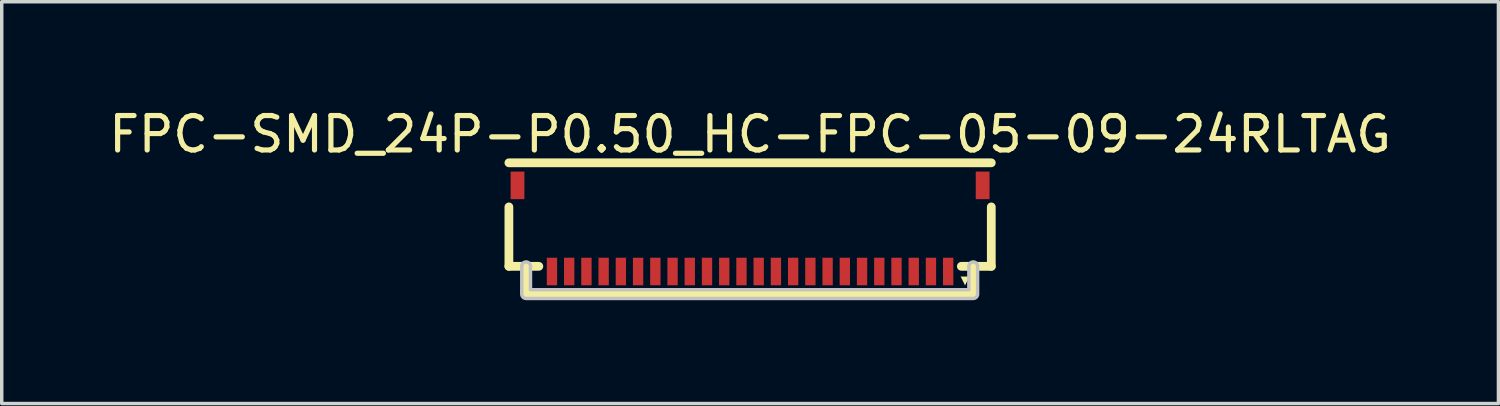
<source format=kicad_pcb>
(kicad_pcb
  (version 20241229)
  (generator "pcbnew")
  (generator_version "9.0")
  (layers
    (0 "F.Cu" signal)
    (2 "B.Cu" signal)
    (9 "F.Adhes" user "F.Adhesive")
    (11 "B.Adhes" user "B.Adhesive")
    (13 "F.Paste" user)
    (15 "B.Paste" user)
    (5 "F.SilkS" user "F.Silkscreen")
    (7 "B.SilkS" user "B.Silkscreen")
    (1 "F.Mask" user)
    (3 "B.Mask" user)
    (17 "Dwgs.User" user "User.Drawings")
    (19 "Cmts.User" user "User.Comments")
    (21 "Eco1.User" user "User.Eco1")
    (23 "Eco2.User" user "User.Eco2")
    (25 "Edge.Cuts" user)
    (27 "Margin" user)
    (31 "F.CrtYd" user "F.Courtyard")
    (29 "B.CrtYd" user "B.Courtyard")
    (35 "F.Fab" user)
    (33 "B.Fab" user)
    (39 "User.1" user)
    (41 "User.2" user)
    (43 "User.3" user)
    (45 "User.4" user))
  (footprint "FPC-SMD_24P-P0.50_HC-FPC-05-09-24RLTAG"
    (layer "F.Cu")
    (at 18.72 3.58)
    (property "Reference" "FPC-SMD_24P-P0.50_HC-FPC-05-09-24RLTAG" (at 0.001 -2.732 0) (layer "F.SilkS") (effects (font (size 1 1) (thickness 0.15))))
    (fp_line (start -7 1.1) (end -7 -0.625) (stroke (width 0.254) (type default)) (layer "F.SilkS"))
    (fp_line (start -6.5 1.1) (end -7 1.1) (stroke (width 0.254) (type default)) (layer "F.SilkS"))
    (fp_line (start -6.5 1.1) (end -6.5 1.778) (stroke (width 0.254) (type default)) (layer "F.SilkS"))
    (fp_line (start -6.5 1.1) (end -6.131 1.1) (stroke (width 0.254) (type default)) (layer "F.SilkS"))
    (fp_line (start -6.5 1.778) (end -6.5 1.905) (stroke (width 0.254) (type default)) (layer "F.SilkS"))
    (fp_line (start -6.5 1.905) (end 6.477 1.905) (stroke (width 0.254) (type default)) (layer "F.SilkS"))
    (fp_line (start 6.131 1.1) (end 7.001 1.1) (stroke (width 0.254) (type default)) (layer "F.SilkS"))
    (fp_line (start 6.477 1.905) (end 6.477 1.1) (stroke (width 0.254) (type default)) (layer "F.SilkS"))
    (fp_line (start 7.001 -1.905) (end -7 -1.905) (stroke (width 0.254) (type default)) (layer "F.SilkS"))
    (fp_line (start 7.001 1.1) (end 7.001 -0.625) (stroke (width 0.254) (type default)) (layer "F.SilkS"))
    (fp_poly (pts (xy 6.239 1.651) (xy 6.366 1.397) (xy 6.239 1.524) (xy 6.366 1.397) (xy 6.112 1.397)) (stroke (width 0) (type default)) (fill yes) (layer "F.SilkS"))
    (fp_poly (pts (arc (start -6.627 1.1) (mid -6.5 0.973) (end -6.373 1.1)) (xy -6.373 1.778) (xy 6.35 1.778) (arc (start 6.35 1.1) (mid 6.477 0.973) (end 6.604 1.1)) (arc (start 6.604 1.905) (mid 6.566803 1.994803) (end 6.477 2.032)) (arc (start -6.5 2.032) (mid -6.589803 1.994803) (end -6.627 1.905)) (xy -6.627 1.778)) (stroke (width 0.1) (type default)) (fill no) (layer "Dwgs.User"))
    (fp_poly (pts (xy -6.675 -1) (xy -6.825 -1) (xy -6.825 -1.5) (xy -6.675 -1.5)) (stroke (width 0.1) (type default)) (fill no) (layer "User.1"))
    (fp_poly (pts (xy -5.675 1.44) (xy -5.825 1.44) (xy -5.825 1.06) (xy -5.675 1.06)) (stroke (width 0.1) (type default)) (fill no) (layer "User.1"))
    (fp_poly (pts (xy -5.175 1.44) (xy -5.325 1.44) (xy -5.325 1.06) (xy -5.175 1.06)) (stroke (width 0.1) (type default)) (fill no) (layer "User.1"))
    (fp_poly (pts (xy -4.675 1.44) (xy -4.825 1.44) (xy -4.825 1.06) (xy -4.675 1.06)) (stroke (width 0.1) (type default)) (fill no) (layer "User.1"))
    (fp_poly (pts (xy -4.175 1.44) (xy -4.325 1.44) (xy -4.325 1.06) (xy -4.175 1.06)) (stroke (width 0.1) (type default)) (fill no) (layer "User.1"))
    (fp_poly (pts (xy -3.675 1.44) (xy -3.825 1.44) (xy -3.825 1.06) (xy -3.675 1.06)) (stroke (width 0.1) (type default)) (fill no) (layer "User.1"))
    (fp_poly (pts (xy -3.175 1.44) (xy -3.325 1.44) (xy -3.325 1.06) (xy -3.175 1.06)) (stroke (width 0.1) (type default)) (fill no) (layer "User.1"))
    (fp_poly (pts (xy -2.675 1.44) (xy -2.825 1.44) (xy -2.825 1.06) (xy -2.675 1.06)) (stroke (width 0.1) (type default)) (fill no) (layer "User.1"))
    (fp_poly (pts (xy -2.175 1.44) (xy -2.325 1.44) (xy -2.325 1.06) (xy -2.175 1.06)) (stroke (width 0.1) (type default)) (fill no) (layer "User.1"))
    (fp_poly (pts (xy -1.675 1.44) (xy -1.825 1.44) (xy -1.825 1.06) (xy -1.675 1.06)) (stroke (width 0.1) (type default)) (fill no) (layer "User.1"))
    (fp_poly (pts (xy -1.175 1.44) (xy -1.325 1.44) (xy -1.325 1.06) (xy -1.175 1.06)) (stroke (width 0.1) (type default)) (fill no) (layer "User.1"))
    (fp_poly (pts (xy -0.675 1.44) (xy -0.825 1.44) (xy -0.825 1.06) (xy -0.675 1.06)) (stroke (width 0.1) (type default)) (fill no) (layer "User.1"))
    (fp_poly (pts (xy -0.175 1.44) (xy -0.325 1.44) (xy -0.325 1.06) (xy -0.175 1.06)) (stroke (width 0.1) (type default)) (fill no) (layer "User.1"))
    (fp_poly (pts (xy 0.325 1.44) (xy 0.175 1.44) (xy 0.175 1.06) (xy 0.325 1.06)) (stroke (width 0.1) (type default)) (fill no) (layer "User.1"))
    (fp_poly (pts (xy 0.825 1.44) (xy 0.675 1.44) (xy 0.675 1.06) (xy 0.825 1.06)) (stroke (width 0.1) (type default)) (fill no) (layer "User.1"))
    (fp_poly (pts (xy 1.325 1.44) (xy 1.175 1.44) (xy 1.175 1.06) (xy 1.325 1.06)) (stroke (width 0.1) (type default)) (fill no) (layer "User.1"))
    (fp_poly (pts (xy 1.825 1.44) (xy 1.675 1.44) (xy 1.675 1.06) (xy 1.825 1.06)) (stroke (width 0.1) (type default)) (fill no) (layer "User.1"))
    (fp_poly (pts (xy 2.325 1.44) (xy 2.175 1.44) (xy 2.175 1.06) (xy 2.325 1.06)) (stroke (width 0.1) (type default)) (fill no) (layer "User.1"))
    (fp_poly (pts (xy 2.825 1.44) (xy 2.675 1.44) (xy 2.675 1.06) (xy 2.825 1.06)) (stroke (width 0.1) (type default)) (fill no) (layer "User.1"))
    (fp_poly (pts (xy 3.325 1.44) (xy 3.175 1.44) (xy 3.175 1.06) (xy 3.325 1.06)) (stroke (width 0.1) (type default)) (fill no) (layer "User.1"))
    (fp_poly (pts (xy 3.825 1.44) (xy 3.675 1.44) (xy 3.675 1.06) (xy 3.825 1.06)) (stroke (width 0.1) (type default)) (fill no) (layer "User.1"))
    (fp_poly (pts (xy 4.325 1.44) (xy 4.175 1.44) (xy 4.175 1.06) (xy 4.325 1.06)) (stroke (width 0.1) (type default)) (fill no) (layer "User.1"))
    (fp_poly (pts (xy 4.825 1.44) (xy 4.675 1.44) (xy 4.675 1.06) (xy 4.825 1.06)) (stroke (width 0.1) (type default)) (fill no) (layer "User.1"))
    (fp_poly (pts (xy 5.325 1.44) (xy 5.175 1.44) (xy 5.175 1.06) (xy 5.325 1.06)) (stroke (width 0.1) (type default)) (fill no) (layer "User.1"))
    (fp_poly (pts (xy 5.825 1.44) (xy 5.675 1.44) (xy 5.675 1.06) (xy 5.825 1.06)) (stroke (width 0.1) (type default)) (fill no) (layer "User.1"))
    (fp_poly (pts (xy 6.825 -1) (xy 6.675 -1) (xy 6.675 -1.5) (xy 6.825 -1.5)) (stroke (width 0.1) (type default)) (fill no) (layer "User.1"))
    (fp_line (start -7 -1.699) (end 7 -1.699) (stroke (width 0.051) (type default)) (layer "User.2"))
    (fp_line (start -7 1.801) (end -7 -1.699) (stroke (width 0.051) (type default)) (layer "User.2"))
    (fp_line (start 7 -1.699) (end 7 1.801) (stroke (width 0.051) (type default)) (layer "User.2"))
    (fp_line (start 7 1.801) (end -7 1.801) (stroke (width 0.051) (type default)) (layer "User.2"))
    (fp_poly (pts (xy 7.06 1.801) (xy 7.042 1.759) (xy 7 1.741) (xy 6.958 1.759) (xy 6.94 1.801) (xy 6.958 1.843) (xy 7 1.861) (xy 7.042 1.843)) (stroke (width 0.1) (type default)) (fill no) (layer "User.3"))
    (pad "1" smd rect (at 5.75 1.25 180) (size 0.3 0.8) (layers "F.Cu" "F.Mask" "F.Paste"))
    (pad "2" smd rect (at 5.25 1.25 180) (size 0.3 0.8) (layers "F.Cu" "F.Mask" "F.Paste"))
    (pad "3" smd rect (at 4.75 1.25 180) (size 0.3 0.8) (layers "F.Cu" "F.Mask" "F.Paste"))
    (pad "4" smd rect (at 4.25 1.25 180) (size 0.3 0.8) (layers "F.Cu" "F.Mask" "F.Paste"))
    (pad "5" smd rect (at 3.75 1.25 180) (size 0.3 0.8) (layers "F.Cu" "F.Mask" "F.Paste"))
    (pad "6" smd rect (at 3.25 1.25 180) (size 0.3 0.8) (layers "F.Cu" "F.Mask" "F.Paste"))
    (pad "7" smd rect (at 2.75 1.25 180) (size 0.3 0.8) (layers "F.Cu" "F.Mask" "F.Paste"))
    (pad "8" smd rect (at 2.25 1.25 180) (size 0.3 0.8) (layers "F.Cu" "F.Mask" "F.Paste"))
    (pad "9" smd rect (at 1.75 1.25 180) (size 0.3 0.8) (layers "F.Cu" "F.Mask" "F.Paste"))
    (pad "10" smd rect (at 1.25 1.25 180) (size 0.3 0.8) (layers "F.Cu" "F.Mask" "F.Paste"))
    (pad "11" smd rect (at 0.75 1.25 180) (size 0.3 0.8) (layers "F.Cu" "F.Mask" "F.Paste"))
    (pad "12" smd rect (at 0.25 1.25 180) (size 0.3 0.8) (layers "F.Cu" "F.Mask" "F.Paste"))
    (pad "13" smd rect (at -0.25 1.25 180) (size 0.3 0.8) (layers "F.Cu" "F.Mask" "F.Paste"))
    (pad "14" smd rect (at -0.75 1.25 180) (size 0.3 0.8) (layers "F.Cu" "F.Mask" "F.Paste"))
    (pad "15" smd rect (at -1.25 1.25 180) (size 0.3 0.8) (layers "F.Cu" "F.Mask" "F.Paste"))
    (pad "16" smd rect (at -1.75 1.25 180) (size 0.3 0.8) (layers "F.Cu" "F.Mask" "F.Paste"))
    (pad "17" smd rect (at -2.25 1.25 180) (size 0.3 0.8) (layers "F.Cu" "F.Mask" "F.Paste"))
    (pad "18" smd rect (at -2.75 1.25 180) (size 0.3 0.8) (layers "F.Cu" "F.Mask" "F.Paste"))
    (pad "19" smd rect (at -3.25 1.25 180) (size 0.3 0.8) (layers "F.Cu" "F.Mask" "F.Paste"))
    (pad "20" smd rect (at -3.75 1.25 180) (size 0.3 0.8) (layers "F.Cu" "F.Mask" "F.Paste"))
    (pad "21" smd rect (at -4.25 1.25 180) (size 0.3 0.8) (layers "F.Cu" "F.Mask" "F.Paste"))
    (pad "22" smd rect (at -4.75 1.25 180) (size 0.3 0.8) (layers "F.Cu" "F.Mask" "F.Paste"))
    (pad "23" smd rect (at -5.25 1.25 180) (size 0.3 0.8) (layers "F.Cu" "F.Mask" "F.Paste"))
    (pad "24" smd rect (at -5.75 1.25 180) (size 0.3 0.8) (layers "F.Cu" "F.Mask" "F.Paste"))
    (pad "25" smd rect (at -6.75 -1.25 180) (size 0.4 0.8) (layers "F.Cu" "F.Mask" "F.Paste"))
    (pad "26" smd rect (at 6.75 -1.25 180) (size 0.4 0.8) (layers "F.Cu" "F.Mask" "F.Paste")))
  (gr_rect
    (start -3 -3)
    (end 40.44 8.662)
    (stroke (width 0.1) (type default))
    (fill no)
    (layer "Edge.Cuts")))
</source>
